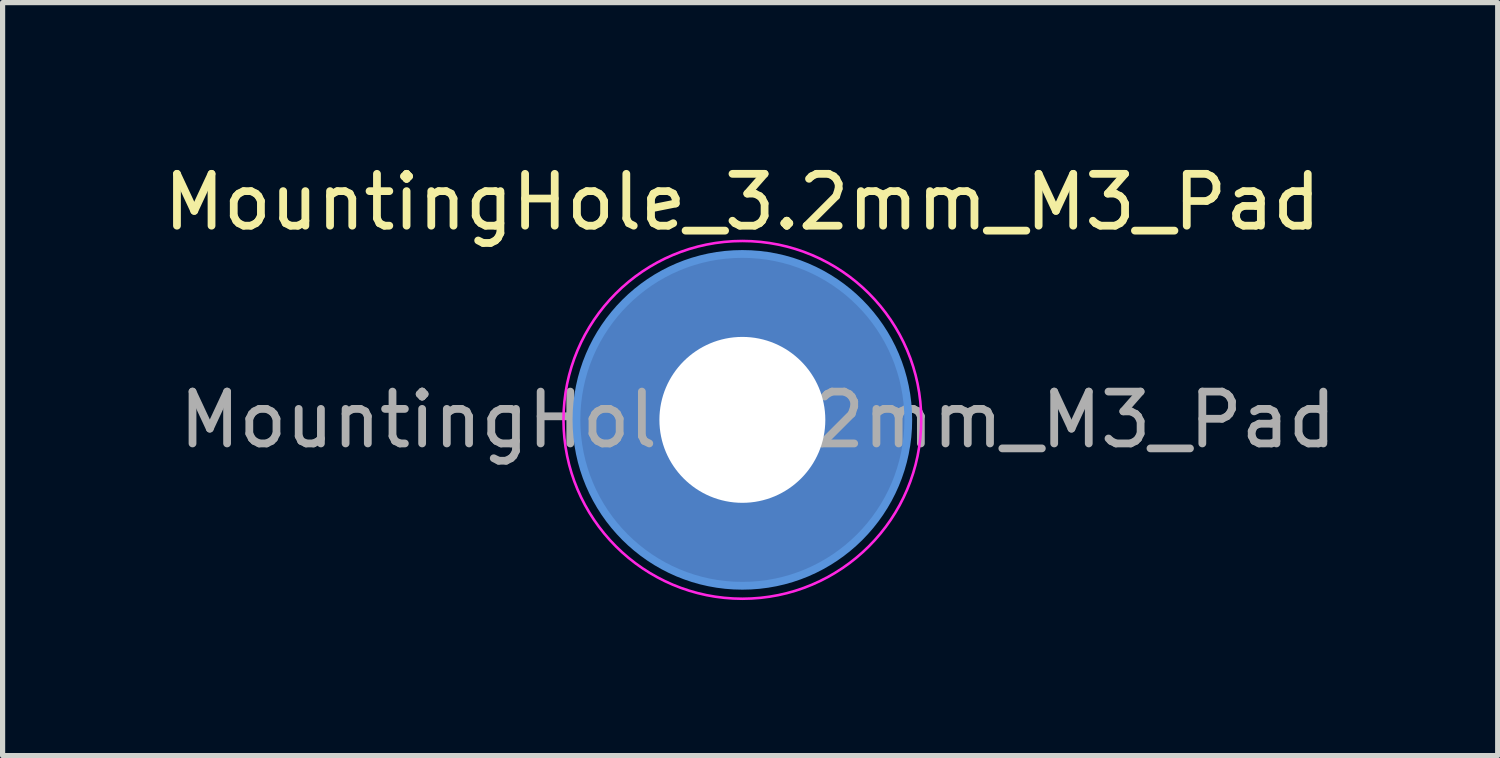
<source format=kicad_pcb>
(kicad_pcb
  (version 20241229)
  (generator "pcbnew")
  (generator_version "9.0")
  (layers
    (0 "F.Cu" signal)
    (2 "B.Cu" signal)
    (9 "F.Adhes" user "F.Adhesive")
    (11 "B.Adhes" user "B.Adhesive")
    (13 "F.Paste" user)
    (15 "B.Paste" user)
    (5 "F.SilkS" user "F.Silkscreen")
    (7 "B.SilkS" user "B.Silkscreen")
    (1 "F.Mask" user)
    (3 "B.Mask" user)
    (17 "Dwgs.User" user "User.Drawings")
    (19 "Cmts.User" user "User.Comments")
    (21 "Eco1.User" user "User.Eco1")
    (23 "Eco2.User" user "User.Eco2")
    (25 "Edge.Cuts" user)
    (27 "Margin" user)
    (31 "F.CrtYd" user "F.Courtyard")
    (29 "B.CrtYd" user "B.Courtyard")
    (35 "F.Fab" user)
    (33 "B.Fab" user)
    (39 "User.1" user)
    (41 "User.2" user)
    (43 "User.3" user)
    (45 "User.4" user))
  (footprint "MountingHole_3.2mm_M3_Pad"
    (layer "F.Cu")
    (at 11.268 5.048)
    (property "Reference" "MountingHole_3.2mm_M3_Pad" (at 0 -4.2 0) (layer "F.SilkS") (effects (font (size 1 1) (thickness 0.15))))
    (attr exclude_from_pos_files exclude_from_bom)
    (fp_circle (center 0 0) (end 3.2 0) (stroke (width 0.15) (type solid)) (fill no) (layer "Cmts.User"))
    (fp_circle (center 0 0) (end 3.45 0) (stroke (width 0.05) (type solid)) (fill no) (layer "F.CrtYd"))
    (fp_text user "${REFERENCE}" (at 0.3 0 0) (layer "F.Fab") (effects (font (size 1 1) (thickness 0.15))))
    (pad "1" thru_hole circle (at 0 0) (size 6.4 6.4) (drill 3.2) (layers "*.Cu" "*.Mask")))
  (gr_rect
    (start -3 -3)
    (end 25.836 11.523)
    (stroke (width 0.1) (type default))
    (fill no)
    (layer "Edge.Cuts")))
</source>
